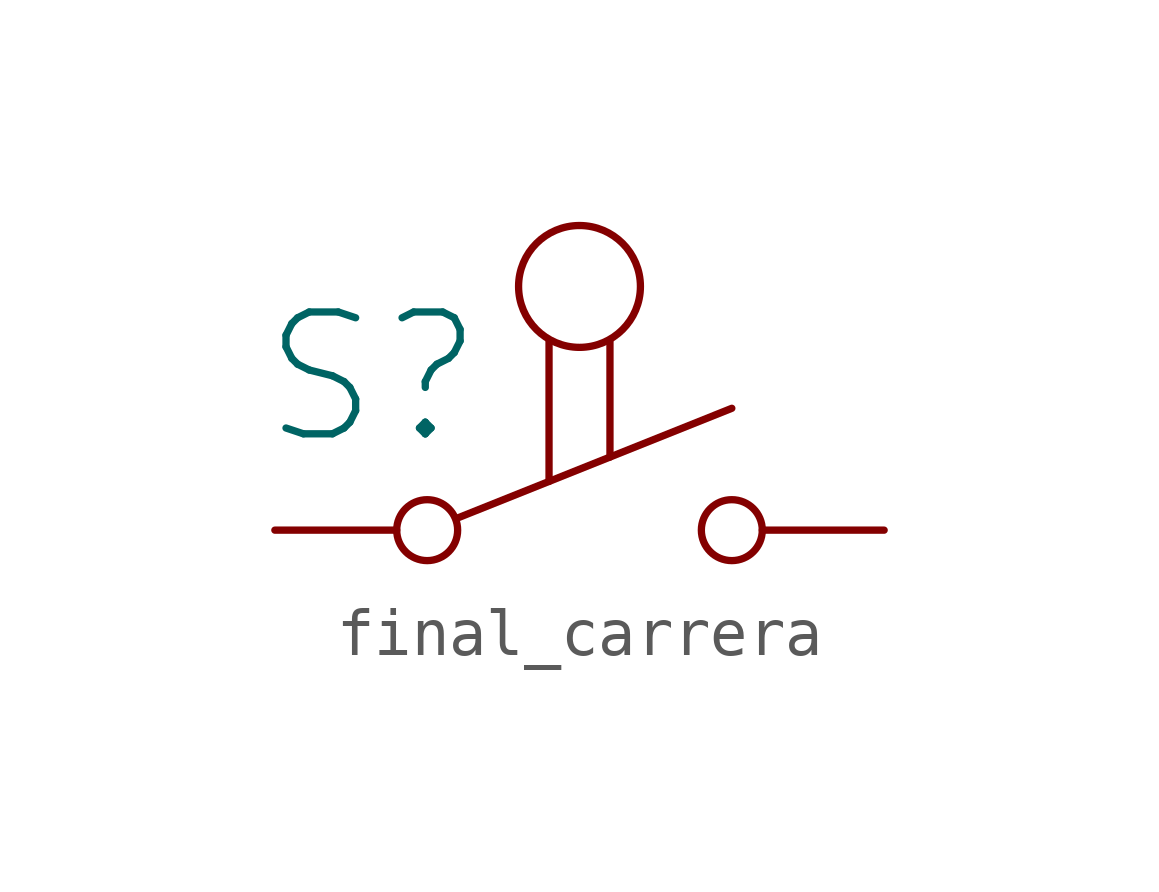
<source format=kicad_sym>
(kicad_symbol_lib
  (version 20220914)
  (generator kicad_symbol_editor)
  (symbol "final_carrera"
    (pin_names
      (offset 1.016))
    (property "Reference" "S"
      (at 4.445 3.175 0)
      (effects (font (size 2.54 2.54)) (justify right)))
    (symbol "final_carrera_0_0"
      (polyline (pts (xy 5.715 1.016) (xy 5.715 3.937)) (stroke (width 0) (type default)) (fill (type none)))
      (polyline (pts (xy 6.985 1.524) (xy 6.985 3.937)) (stroke (width 0) (type default)) (fill (type none)))
      (polyline (pts (xy 9.525 2.54) (xy 3.81 0.254)) (stroke (width 0) (type default)) (fill (type none)))
      (circle (center 3.175 0) (radius 0.635) (stroke (width 0) (type default)) (fill (type none)))
      (circle (center 6.35 5.08) (radius 1.27) (stroke (width 0) (type default)) (fill (type none)))
      (circle (center 9.525 0) (radius 0.635) (stroke (width 0) (type default)) (fill (type none))))
    (symbol "final_carrera_1_1"
      (pin input line (at 0 0 0) (length 2.54) (name "" (effects (font (size 1.27 1.27)))) (number "" (effects (font (size 1.143 1.143)))))
      (pin input line (at 12.7 0 180) (length 2.54) (name "" (effects (font (size 1.27 1.27)))) (number "" (effects (font (size 1.143 1.143))))))))
</source>
